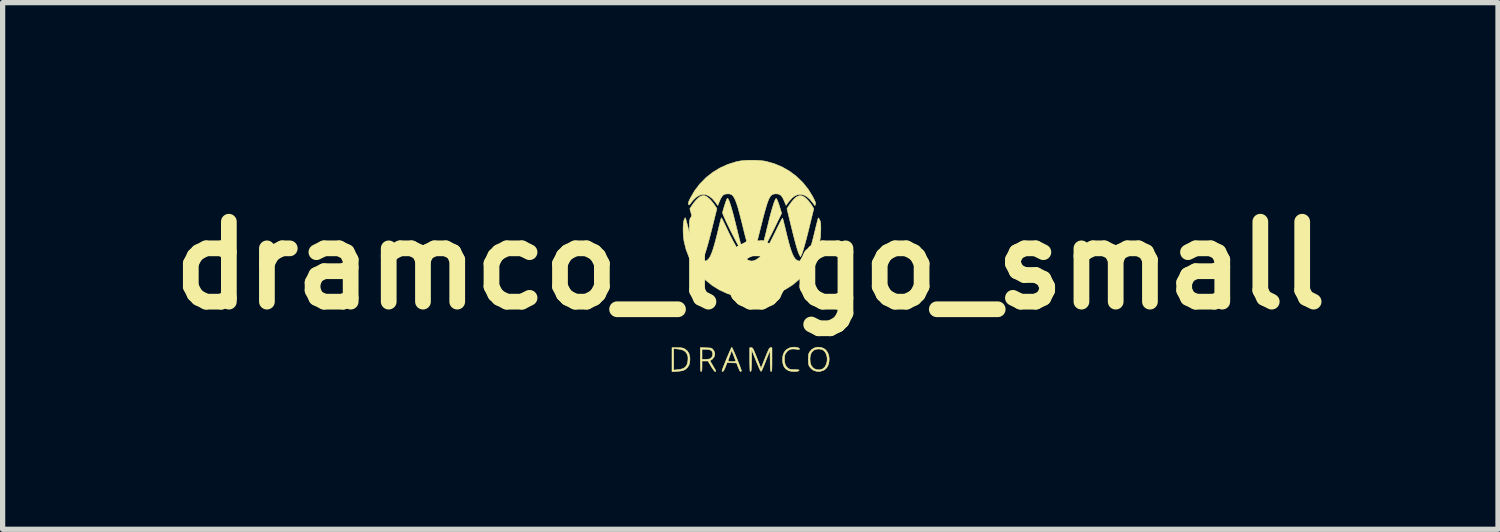
<source format=kicad_pcb>
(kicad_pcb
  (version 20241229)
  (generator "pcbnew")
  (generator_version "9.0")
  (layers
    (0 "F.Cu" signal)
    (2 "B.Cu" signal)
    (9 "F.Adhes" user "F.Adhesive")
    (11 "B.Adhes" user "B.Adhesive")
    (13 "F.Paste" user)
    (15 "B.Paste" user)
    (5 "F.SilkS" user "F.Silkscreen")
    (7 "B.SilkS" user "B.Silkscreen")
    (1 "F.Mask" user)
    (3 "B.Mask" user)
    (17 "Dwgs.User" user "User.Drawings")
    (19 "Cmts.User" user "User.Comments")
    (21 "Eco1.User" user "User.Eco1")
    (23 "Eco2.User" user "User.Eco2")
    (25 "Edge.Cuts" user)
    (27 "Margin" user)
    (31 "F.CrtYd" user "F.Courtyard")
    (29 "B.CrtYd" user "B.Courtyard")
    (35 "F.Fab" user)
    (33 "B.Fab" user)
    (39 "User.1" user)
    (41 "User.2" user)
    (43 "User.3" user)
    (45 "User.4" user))
  (footprint "dramco_logo_small"
    (layer "F.Cu")
    (at 11.256 2.012)
    (property "Reference" "dramco_logo_small" (at 0 0 0) (layer "F.SilkS") (effects (font (size 1.524 1.524) (thickness 0.3))))
    (attr through_hole)
    (fp_poly (pts (xy 0.499 -1.275) (xy 0.509 -1.257) (xy 0.517 -1.239) (xy 0.53 -1.207) (xy 0.546 -1.162) (xy 0.562 -1.113) (xy 0.568 -1.093) (xy 0.597 -0.995) (xy 0.462 -0.717) (xy 0.402 -0.595) (xy 0.349 -0.491) (xy 0.303 -0.405) (xy 0.264 -0.336) (xy 0.23 -0.282) (xy 0.209 -0.252) (xy 0.196 -0.237) (xy 0.194 -0.239) (xy 0.196 -0.249) (xy 0.215 -0.31) (xy 0.238 -0.389) (xy 0.264 -0.485) (xy 0.292 -0.595) (xy 0.321 -0.716) (xy 0.329 -0.746) (xy 0.355 -0.856) (xy 0.381 -0.957) (xy 0.406 -1.048) (xy 0.429 -1.125) (xy 0.449 -1.189) (xy 0.466 -1.235) (xy 0.48 -1.264) (xy 0.482 -1.267) (xy 0.491 -1.277) (xy 0.499 -1.275)) (stroke (width 0.01) (type solid)) (fill yes) (layer "F.SilkS"))
    (fp_poly (pts (xy 1.007 -1.32) (xy 1.036 -1.302) (xy 1.073 -1.27) (xy 1.114 -1.225) (xy 1.153 -1.175) (xy 1.185 -1.127) (xy 1.19 -1.118) (xy 1.21 -1.081) (xy 1.138 -0.787) (xy 1.104 -0.647) (xy 1.074 -0.528) (xy 1.047 -0.428) (xy 1.024 -0.346) (xy 1.005 -0.282) (xy 0.989 -0.235) (xy 0.976 -0.204) (xy 0.956 -0.165) (xy 0.934 -0.207) (xy 0.922 -0.233) (xy 0.91 -0.266) (xy 0.896 -0.308) (xy 0.88 -0.362) (xy 0.861 -0.428) (xy 0.84 -0.509) (xy 0.815 -0.606) (xy 0.787 -0.722) (xy 0.778 -0.756) (xy 0.699 -1.084) (xy 0.726 -1.127) (xy 0.782 -1.206) (xy 0.832 -1.265) (xy 0.878 -1.306) (xy 0.922 -1.328) (xy 0.965 -1.332) (xy 1.007 -1.32)) (stroke (width 0.01) (type solid)) (fill yes) (layer "F.SilkS"))
    (fp_poly (pts (xy -0.869 -1.331) (xy -0.826 -1.31) (xy -0.78 -1.271) (xy -0.76 -1.251) (xy -0.727 -1.213) (xy -0.693 -1.169) (xy -0.674 -1.141) (xy -0.637 -1.084) (xy -0.73 -0.709) (xy -0.764 -0.576) (xy -0.793 -0.464) (xy -0.819 -0.371) (xy -0.841 -0.297) (xy -0.859 -0.24) (xy -0.874 -0.201) (xy -0.887 -0.179) (xy -0.89 -0.176) (xy -0.899 -0.178) (xy -0.913 -0.199) (xy -0.921 -0.216) (xy -0.939 -0.264) (xy -0.96 -0.329) (xy -0.984 -0.413) (xy -1.011 -0.515) (xy -1.041 -0.637) (xy -1.064 -0.731) (xy -1.081 -0.803) (xy -1.098 -0.872) (xy -1.113 -0.933) (xy -1.126 -0.983) (xy -1.135 -1.018) (xy -1.138 -1.03) (xy -1.153 -1.081) (xy -1.115 -1.141) (xy -1.08 -1.19) (xy -1.042 -1.237) (xy -1.003 -1.278) (xy -0.968 -1.308) (xy -0.951 -1.319) (xy -0.909 -1.333) (xy -0.869 -1.331)) (stroke (width 0.01) (type solid)) (fill yes) (layer "F.SilkS"))
    (fp_poly (pts (xy -1.343 1.568) (xy -1.307 1.571) (xy -1.278 1.578) (xy -1.252 1.59) (xy -1.249 1.592) (xy -1.202 1.628) (xy -1.17 1.678) (xy -1.154 1.743) (xy -1.151 1.782) (xy -1.156 1.848) (xy -1.169 1.898) (xy -1.194 1.939) (xy -1.21 1.956) (xy -1.238 1.98) (xy -1.267 1.996) (xy -1.303 2.007) (xy -1.352 2.015) (xy -1.399 2.019) (xy -1.493 2.025) (xy -1.493 1.994) (xy -1.461 1.994) (xy -1.386 1.987) (xy -1.341 1.981) (xy -1.3 1.971) (xy -1.272 1.961) (xy -1.233 1.932) (xy -1.207 1.891) (xy -1.192 1.835) (xy -1.189 1.802) (xy -1.188 1.758) (xy -1.192 1.726) (xy -1.203 1.696) (xy -1.209 1.683) (xy -1.234 1.647) (xy -1.267 1.621) (xy -1.312 1.604) (xy -1.374 1.593) (xy -1.385 1.592) (xy -1.461 1.585) (xy -1.461 1.994) (xy -1.493 1.994) (xy -1.493 1.567) (xy -1.394 1.567) (xy -1.343 1.568)) (stroke (width 0.01) (type solid)) (fill yes) (layer "F.SilkS"))
    (fp_poly (pts (xy 0.909 1.568) (xy 0.931 1.58) (xy 0.938 1.593) (xy 0.931 1.601) (xy 0.915 1.601) (xy 0.843 1.592) (xy 0.787 1.593) (xy 0.744 1.606) (xy 0.709 1.63) (xy 0.679 1.666) (xy 0.664 1.692) (xy 0.656 1.717) (xy 0.652 1.75) (xy 0.651 1.789) (xy 0.656 1.852) (xy 0.67 1.901) (xy 0.697 1.94) (xy 0.723 1.963) (xy 0.743 1.974) (xy 0.766 1.981) (xy 0.799 1.984) (xy 0.843 1.985) (xy 0.893 1.987) (xy 0.923 1.991) (xy 0.932 1.997) (xy 0.922 2.009) (xy 0.897 2.017) (xy 0.861 2.021) (xy 0.819 2.021) (xy 0.777 2.017) (xy 0.74 2.008) (xy 0.725 2.002) (xy 0.676 1.971) (xy 0.642 1.928) (xy 0.622 1.873) (xy 0.614 1.801) (xy 0.614 1.792) (xy 0.622 1.717) (xy 0.645 1.656) (xy 0.683 1.609) (xy 0.738 1.575) (xy 0.744 1.573) (xy 0.797 1.559) (xy 0.856 1.558) (xy 0.909 1.568)) (stroke (width 0.01) (type solid)) (fill yes) (layer "F.SilkS"))
    (fp_poly (pts (xy -0.425 -1.273) (xy -0.424 -1.271) (xy -0.411 -1.247) (xy -0.396 -1.21) (xy -0.379 -1.159) (xy -0.359 -1.094) (xy -0.336 -1.013) (xy -0.31 -0.915) (xy -0.281 -0.798) (xy -0.247 -0.662) (xy -0.234 -0.607) (xy -0.216 -0.536) (xy -0.198 -0.466) (xy -0.181 -0.403) (xy -0.167 -0.35) (xy -0.156 -0.313) (xy -0.154 -0.308) (xy -0.142 -0.272) (xy -0.134 -0.246) (xy -0.132 -0.233) (xy -0.132 -0.233) (xy -0.14 -0.241) (xy -0.156 -0.261) (xy -0.167 -0.278) (xy -0.189 -0.313) (xy -0.217 -0.361) (xy -0.25 -0.42) (xy -0.285 -0.487) (xy -0.323 -0.559) (xy -0.361 -0.634) (xy -0.398 -0.709) (xy -0.433 -0.781) (xy -0.465 -0.847) (xy -0.491 -0.906) (xy -0.512 -0.954) (xy -0.525 -0.988) (xy -0.529 -1.006) (xy -0.526 -1.024) (xy -0.517 -1.057) (xy -0.505 -1.099) (xy -0.49 -1.146) (xy -0.475 -1.192) (xy -0.461 -1.232) (xy -0.449 -1.26) (xy -0.444 -1.271) (xy -0.435 -1.281) (xy -0.425 -1.273)) (stroke (width 0.01) (type solid)) (fill yes) (layer "F.SilkS"))
    (fp_poly (pts (xy -0.846 1.569) (xy -0.798 1.571) (xy -0.765 1.573) (xy -0.744 1.578) (xy -0.729 1.586) (xy -0.715 1.6) (xy -0.708 1.607) (xy -0.683 1.649) (xy -0.677 1.695) (xy -0.689 1.74) (xy -0.718 1.78) (xy -0.737 1.795) (xy -0.77 1.817) (xy -0.713 1.912) (xy -0.686 1.958) (xy -0.668 1.989) (xy -0.66 2.008) (xy -0.659 2.018) (xy -0.665 2.022) (xy -0.672 2.022) (xy -0.683 2.014) (xy -0.702 1.99) (xy -0.726 1.956) (xy -0.747 1.922) (xy -0.807 1.821) (xy -0.921 1.821) (xy -0.921 1.922) (xy -0.922 1.973) (xy -0.925 2.005) (xy -0.931 2.02) (xy -0.94 2.02) (xy -0.946 2.015) (xy -0.948 2.003) (xy -0.95 1.973) (xy -0.951 1.928) (xy -0.952 1.871) (xy -0.953 1.807) (xy -0.953 1.787) (xy -0.953 1.599) (xy -0.921 1.599) (xy -0.921 1.789) (xy -0.858 1.789) (xy -0.819 1.788) (xy -0.784 1.783) (xy -0.768 1.779) (xy -0.74 1.758) (xy -0.721 1.724) (xy -0.715 1.685) (xy -0.72 1.658) (xy -0.735 1.629) (xy -0.761 1.611) (xy -0.8 1.601) (xy -0.853 1.599) (xy -0.921 1.599) (xy -0.953 1.599) (xy -0.953 1.565) (xy -0.846 1.569)) (stroke (width 0.01) (type solid)) (fill yes) (layer "F.SilkS"))
    (fp_poly (pts (xy 1.35 1.563) (xy 1.398 1.58) (xy 1.443 1.614) (xy 1.475 1.661) (xy 1.496 1.717) (xy 1.504 1.777) (xy 1.5 1.839) (xy 1.485 1.897) (xy 1.457 1.948) (xy 1.417 1.987) (xy 1.398 1.998) (xy 1.335 2.019) (xy 1.27 2.019) (xy 1.21 2.002) (xy 1.166 1.971) (xy 1.136 1.937) (xy 1.122 1.914) (xy 1.113 1.893) (xy 1.109 1.867) (xy 1.107 1.832) (xy 1.106 1.789) (xy 1.138 1.789) (xy 1.143 1.854) (xy 1.159 1.903) (xy 1.187 1.942) (xy 1.217 1.967) (xy 1.264 1.987) (xy 1.317 1.99) (xy 1.368 1.977) (xy 1.388 1.967) (xy 1.426 1.93) (xy 1.451 1.88) (xy 1.465 1.823) (xy 1.466 1.763) (xy 1.454 1.705) (xy 1.431 1.654) (xy 1.394 1.615) (xy 1.394 1.615) (xy 1.357 1.599) (xy 1.31 1.592) (xy 1.262 1.596) (xy 1.221 1.609) (xy 1.21 1.616) (xy 1.174 1.65) (xy 1.151 1.693) (xy 1.14 1.746) (xy 1.138 1.789) (xy 1.106 1.789) (xy 1.107 1.741) (xy 1.109 1.707) (xy 1.114 1.683) (xy 1.124 1.662) (xy 1.136 1.642) (xy 1.177 1.598) (xy 1.23 1.569) (xy 1.289 1.557) (xy 1.35 1.563)) (stroke (width 0.01) (type solid)) (fill yes) (layer "F.SilkS"))
    (fp_poly (pts (xy -0.348 1.568) (xy -0.335 1.593) (xy -0.318 1.631) (xy -0.297 1.679) (xy -0.274 1.733) (xy -0.251 1.79) (xy -0.228 1.847) (xy -0.207 1.9) (xy -0.19 1.947) (xy -0.177 1.983) (xy -0.17 2.005) (xy -0.169 2.01) (xy -0.178 2.021) (xy -0.184 2.022) (xy -0.196 2.013) (xy -0.211 1.986) (xy -0.228 1.946) (xy -0.231 1.94) (xy -0.262 1.858) (xy -0.352 1.855) (xy -0.442 1.852) (xy -0.476 1.937) (xy -0.494 1.978) (xy -0.51 2.007) (xy -0.523 2.021) (xy -0.525 2.022) (xy -0.538 2.015) (xy -0.539 2.009) (xy -0.535 1.994) (xy -0.525 1.963) (xy -0.508 1.92) (xy -0.488 1.869) (xy -0.468 1.818) (xy -0.423 1.818) (xy -0.416 1.826) (xy -0.391 1.83) (xy -0.348 1.832) (xy -0.307 1.831) (xy -0.284 1.827) (xy -0.277 1.821) (xy -0.278 1.818) (xy -0.284 1.803) (xy -0.295 1.773) (xy -0.309 1.734) (xy -0.318 1.712) (xy -0.353 1.618) (xy -0.388 1.712) (xy -0.403 1.754) (xy -0.416 1.789) (xy -0.422 1.813) (xy -0.423 1.818) (xy -0.468 1.818) (xy -0.465 1.813) (xy -0.442 1.755) (xy -0.418 1.699) (xy -0.396 1.648) (xy -0.377 1.606) (xy -0.363 1.575) (xy -0.355 1.561) (xy -0.354 1.56) (xy -0.348 1.568)) (stroke (width 0.01) (type solid)) (fill yes) (layer "F.SilkS"))
    (fp_poly (pts (xy 0.413 1.795) (xy 0.413 1.871) (xy 0.412 1.928) (xy 0.411 1.97) (xy 0.409 1.997) (xy 0.406 2.013) (xy 0.401 2.021) (xy 0.397 2.022) (xy 0.392 2.019) (xy 0.387 2.009) (xy 0.384 1.988) (xy 0.382 1.955) (xy 0.38 1.907) (xy 0.379 1.84) (xy 0.379 1.82) (xy 0.376 1.617) (xy 0.31 1.78) (xy 0.28 1.856) (xy 0.256 1.915) (xy 0.238 1.958) (xy 0.225 1.987) (xy 0.216 2.006) (xy 0.21 2.016) (xy 0.206 2.018) (xy 0.202 2.016) (xy 0.198 2.012) (xy 0.196 2.011) (xy 0.188 1.996) (xy 0.174 1.966) (xy 0.155 1.922) (xy 0.132 1.869) (xy 0.107 1.809) (xy 0.105 1.802) (xy 0.026 1.607) (xy 0.024 1.815) (xy 0.022 1.889) (xy 0.02 1.945) (xy 0.018 1.984) (xy 0.014 2.008) (xy 0.009 2.019) (xy 0.002 2.02) (xy -0.004 2.015) (xy -0.006 2.003) (xy -0.007 1.973) (xy -0.009 1.928) (xy -0.01 1.872) (xy -0.011 1.807) (xy -0.011 1.788) (xy -0.011 1.567) (xy 0.019 1.567) (xy 0.029 1.568) (xy 0.038 1.572) (xy 0.047 1.583) (xy 0.058 1.601) (xy 0.072 1.631) (xy 0.09 1.675) (xy 0.114 1.734) (xy 0.126 1.764) (xy 0.204 1.962) (xy 0.283 1.764) (xy 0.31 1.697) (xy 0.331 1.647) (xy 0.347 1.611) (xy 0.359 1.588) (xy 0.369 1.575) (xy 0.378 1.568) (xy 0.388 1.567) (xy 0.413 1.567) (xy 0.413 1.795)) (stroke (width 0.01) (type solid)) (fill yes) (layer "F.SilkS"))
    (fp_poly (pts (xy 0.095 -2.006) (xy 0.182 -2.001) (xy 0.258 -1.993) (xy 0.296 -1.986) (xy 0.458 -1.941) (xy 0.61 -1.877) (xy 0.752 -1.795) (xy 0.882 -1.697) (xy 0.999 -1.584) (xy 1.102 -1.456) (xy 1.189 -1.315) (xy 1.197 -1.299) (xy 1.221 -1.251) (xy 1.236 -1.217) (xy 1.243 -1.193) (xy 1.244 -1.176) (xy 1.242 -1.168) (xy 1.232 -1.14) (xy 1.194 -1.192) (xy 1.137 -1.261) (xy 1.082 -1.31) (xy 1.028 -1.341) (xy 0.971 -1.354) (xy 0.953 -1.355) (xy 0.898 -1.348) (xy 0.847 -1.326) (xy 0.797 -1.287) (xy 0.745 -1.23) (xy 0.727 -1.208) (xy 0.681 -1.146) (xy 0.647 -1.229) (xy 0.62 -1.287) (xy 0.593 -1.327) (xy 0.562 -1.352) (xy 0.525 -1.364) (xy 0.493 -1.366) (xy 0.465 -1.365) (xy 0.441 -1.36) (xy 0.419 -1.351) (xy 0.398 -1.335) (xy 0.379 -1.312) (xy 0.36 -1.279) (xy 0.341 -1.236) (xy 0.321 -1.181) (xy 0.3 -1.112) (xy 0.276 -1.028) (xy 0.249 -0.928) (xy 0.219 -0.809) (xy 0.191 -0.699) (xy 0.162 -0.582) (xy 0.137 -0.485) (xy 0.116 -0.404) (xy 0.097 -0.339) (xy 0.082 -0.287) (xy 0.068 -0.247) (xy 0.056 -0.217) (xy 0.045 -0.196) (xy 0.039 -0.185) (xy 0.031 -0.178) (xy 0.024 -0.179) (xy 0.015 -0.194) (xy 0.002 -0.223) (xy -0.009 -0.252) (xy -0.02 -0.283) (xy -0.034 -0.331) (xy -0.052 -0.394) (xy -0.072 -0.468) (xy -0.094 -0.55) (xy -0.116 -0.637) (xy -0.132 -0.701) (xy -0.161 -0.82) (xy -0.187 -0.921) (xy -0.209 -1.006) (xy -0.228 -1.076) (xy -0.245 -1.134) (xy -0.261 -1.181) (xy -0.275 -1.221) (xy -0.289 -1.254) (xy -0.302 -1.281) (xy -0.328 -1.325) (xy -0.358 -1.351) (xy -0.394 -1.364) (xy -0.425 -1.366) (xy -0.467 -1.363) (xy -0.5 -1.354) (xy -0.526 -1.334) (xy -0.55 -1.302) (xy -0.575 -1.254) (xy -0.593 -1.21) (xy -0.62 -1.144) (xy -0.666 -1.207) (xy -0.725 -1.276) (xy -0.785 -1.323) (xy -0.846 -1.35) (xy -0.908 -1.355) (xy -0.969 -1.34) (xy -1.03 -1.303) (xy -1.091 -1.245) (xy -1.118 -1.212) (xy -1.143 -1.178) (xy -1.159 -1.16) (xy -1.169 -1.154) (xy -1.175 -1.159) (xy -1.179 -1.169) (xy -1.181 -1.187) (xy -1.176 -1.211) (xy -1.162 -1.245) (xy -1.145 -1.281) (xy -1.062 -1.424) (xy -0.962 -1.555) (xy -0.848 -1.672) (xy -0.72 -1.773) (xy -0.58 -1.859) (xy -0.431 -1.927) (xy -0.272 -1.977) (xy -0.233 -1.986) (xy -0.166 -1.997) (xy -0.085 -2.004) (xy 0.004 -2.007) (xy 0.095 -2.006)) (stroke (width 0.01) (type solid)) (fill yes) (layer "F.SilkS"))
    (fp_poly (pts (xy -0.545 -0.901) (xy -0.531 -0.876) (xy -0.512 -0.838) (xy -0.488 -0.789) (xy -0.461 -0.733) (xy -0.392 -0.588) (xy -0.328 -0.464) (xy -0.269 -0.359) (xy -0.217 -0.275) (xy -0.17 -0.21) (xy -0.131 -0.168) (xy -0.074 -0.121) (xy -0.022 -0.093) (xy 0.027 -0.084) (xy 0.076 -0.093) (xy 0.127 -0.119) (xy 0.143 -0.131) (xy 0.18 -0.16) (xy 0.215 -0.194) (xy 0.25 -0.235) (xy 0.285 -0.284) (xy 0.323 -0.345) (xy 0.365 -0.418) (xy 0.41 -0.505) (xy 0.462 -0.609) (xy 0.502 -0.691) (xy 0.533 -0.753) (xy 0.56 -0.808) (xy 0.583 -0.852) (xy 0.601 -0.884) (xy 0.612 -0.901) (xy 0.615 -0.903) (xy 0.619 -0.89) (xy 0.628 -0.861) (xy 0.639 -0.817) (xy 0.653 -0.762) (xy 0.669 -0.699) (xy 0.672 -0.683) (xy 0.704 -0.553) (xy 0.732 -0.443) (xy 0.758 -0.35) (xy 0.783 -0.274) (xy 0.806 -0.213) (xy 0.83 -0.166) (xy 0.853 -0.131) (xy 0.878 -0.107) (xy 0.904 -0.093) (xy 0.932 -0.086) (xy 0.95 -0.085) (xy 0.981 -0.087) (xy 1.009 -0.094) (xy 1.034 -0.108) (xy 1.057 -0.129) (xy 1.079 -0.161) (xy 1.101 -0.204) (xy 1.123 -0.259) (xy 1.146 -0.328) (xy 1.17 -0.414) (xy 1.197 -0.516) (xy 1.227 -0.637) (xy 1.238 -0.682) (xy 1.254 -0.748) (xy 1.269 -0.806) (xy 1.281 -0.854) (xy 1.29 -0.888) (xy 1.296 -0.906) (xy 1.296 -0.908) (xy 1.303 -0.902) (xy 1.316 -0.883) (xy 1.323 -0.87) (xy 1.332 -0.848) (xy 1.339 -0.824) (xy 1.342 -0.793) (xy 1.344 -0.751) (xy 1.345 -0.695) (xy 1.338 -0.547) (xy 1.316 -0.409) (xy 1.281 -0.284) (xy 1.218 -0.128) (xy 1.138 0.017) (xy 1.041 0.148) (xy 0.93 0.266) (xy 0.805 0.37) (xy 0.667 0.457) (xy 0.518 0.528) (xy 0.359 0.581) (xy 0.307 0.594) (xy 0.26 0.602) (xy 0.198 0.609) (xy 0.129 0.615) (xy 0.057 0.619) (xy -0.01 0.621) (xy -0.068 0.621) (xy -0.106 0.618) (xy -0.275 0.586) (xy -0.436 0.536) (xy -0.587 0.467) (xy -0.727 0.38) (xy -0.857 0.275) (xy -0.89 0.244) (xy -0.999 0.121) (xy -1.093 -0.014) (xy -1.169 -0.159) (xy -1.227 -0.312) (xy -1.265 -0.47) (xy -1.273 -0.534) (xy -1.279 -0.604) (xy -1.281 -0.675) (xy -1.28 -0.743) (xy -1.276 -0.803) (xy -1.269 -0.849) (xy -1.264 -0.865) (xy -1.252 -0.892) (xy -1.243 -0.908) (xy -1.24 -0.911) (xy -1.236 -0.901) (xy -1.227 -0.873) (xy -1.215 -0.83) (xy -1.2 -0.774) (xy -1.183 -0.708) (xy -1.165 -0.635) (xy -1.163 -0.627) (xy -1.133 -0.509) (xy -1.107 -0.41) (xy -1.083 -0.328) (xy -1.061 -0.261) (xy -1.041 -0.209) (xy -1.022 -0.168) (xy -1.004 -0.138) (xy -0.99 -0.121) (xy -0.968 -0.1) (xy -0.948 -0.089) (xy -0.921 -0.085) (xy -0.895 -0.085) (xy -0.858 -0.086) (xy -0.835 -0.092) (xy -0.815 -0.106) (xy -0.799 -0.122) (xy -0.778 -0.149) (xy -0.757 -0.188) (xy -0.735 -0.24) (xy -0.712 -0.306) (xy -0.687 -0.388) (xy -0.66 -0.487) (xy -0.63 -0.604) (xy -0.603 -0.717) (xy -0.588 -0.778) (xy -0.575 -0.831) (xy -0.563 -0.873) (xy -0.555 -0.9) (xy -0.551 -0.911) (xy -0.551 -0.911) (xy -0.545 -0.901)) (stroke (width 0.01) (type solid)) (fill yes) (layer "F.SilkS")))
  (gr_rect
    (start -3 -3)
    (end 25.512 7.042)
    (stroke (width 0.1) (type default))
    (fill no)
    (layer "Edge.Cuts")))
</source>
